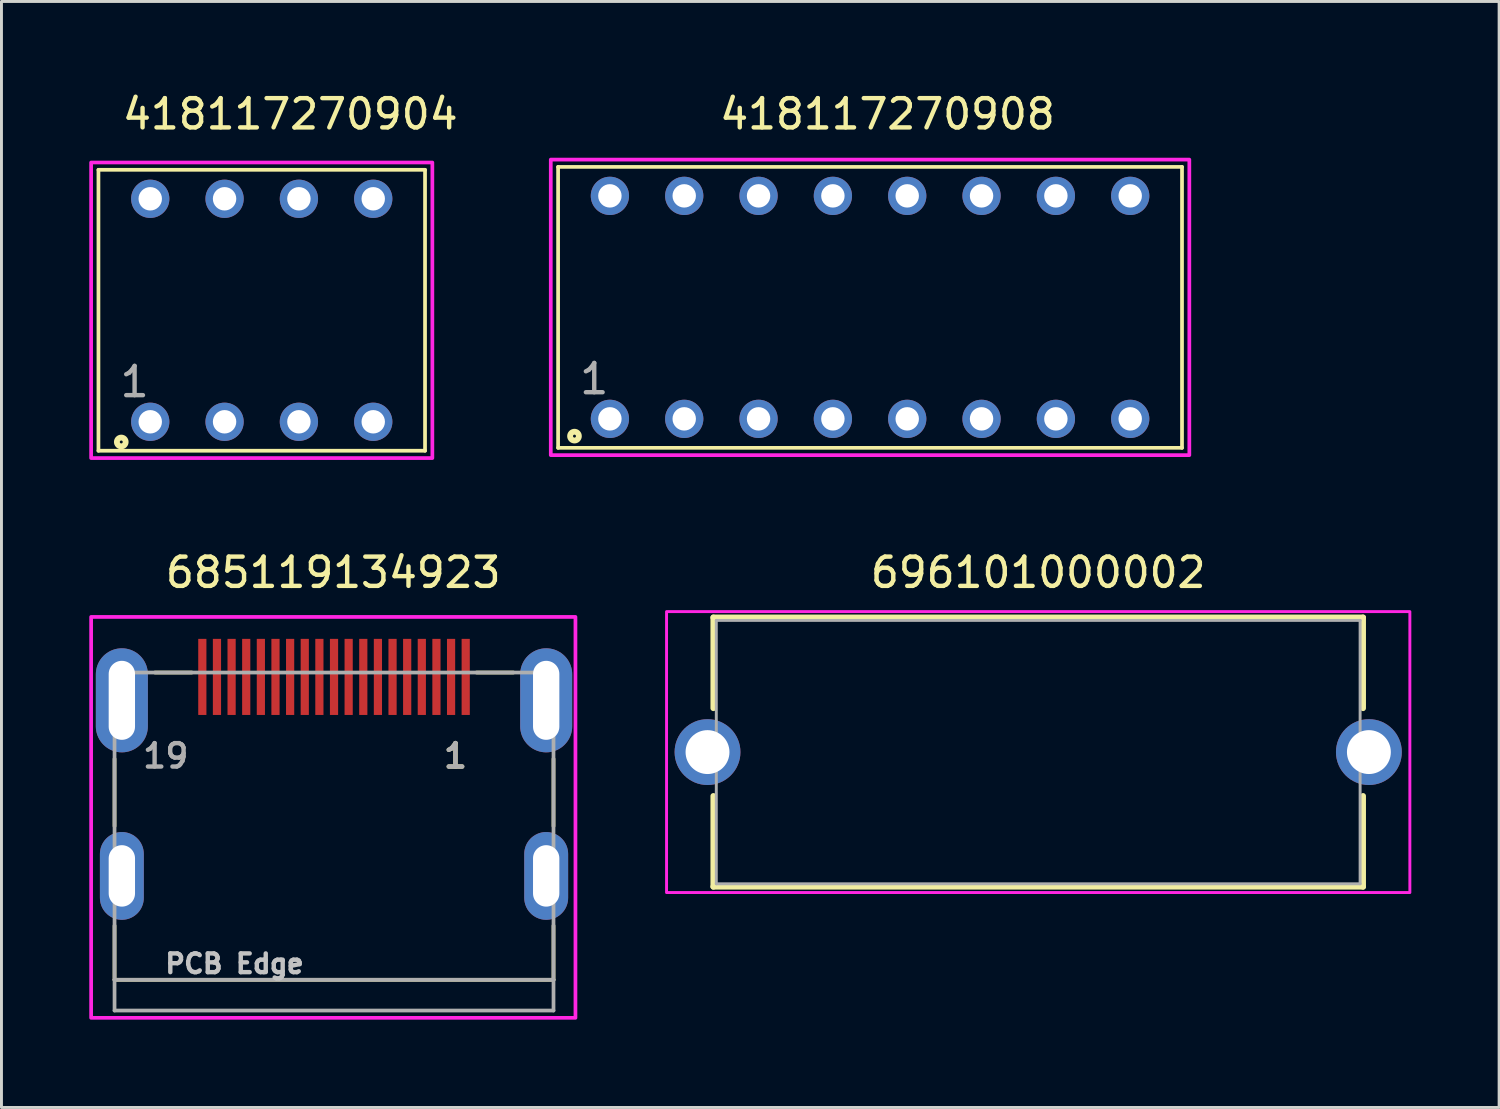
<source format=kicad_pcb>
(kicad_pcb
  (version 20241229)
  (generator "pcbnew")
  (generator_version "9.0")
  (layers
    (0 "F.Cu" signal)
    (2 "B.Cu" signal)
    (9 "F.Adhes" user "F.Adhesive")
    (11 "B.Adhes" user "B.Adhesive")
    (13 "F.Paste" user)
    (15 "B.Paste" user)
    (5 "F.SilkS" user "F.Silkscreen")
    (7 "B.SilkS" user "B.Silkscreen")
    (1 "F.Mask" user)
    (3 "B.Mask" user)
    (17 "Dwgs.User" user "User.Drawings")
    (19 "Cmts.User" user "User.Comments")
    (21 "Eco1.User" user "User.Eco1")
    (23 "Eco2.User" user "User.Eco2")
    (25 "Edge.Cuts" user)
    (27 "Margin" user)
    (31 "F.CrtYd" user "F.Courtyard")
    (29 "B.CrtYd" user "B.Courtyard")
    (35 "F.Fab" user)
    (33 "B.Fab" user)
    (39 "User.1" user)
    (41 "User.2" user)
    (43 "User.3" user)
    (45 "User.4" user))
  (footprint "418117270904"
    (layer "F.Cu")
    (at 5.894 7.553)
    (property "Reference" "418117270904" (at 0.975 -6.705 0) (layer "F.SilkS") (effects (font (size 1 1) (thickness 0.15))))
    (attr through_hole)
    (fp_line (start -5.58 -4.8) (end 5.58 -4.8) (stroke (width 0.127) (type solid)) (layer "F.SilkS"))
    (fp_line (start -5.58 4.8) (end -5.58 -4.8) (stroke (width 0.127) (type solid)) (layer "F.SilkS"))
    (fp_line (start 5.58 -4.8) (end 5.58 4.8) (stroke (width 0.127) (type solid)) (layer "F.SilkS"))
    (fp_line (start 5.58 4.8) (end -5.58 4.8) (stroke (width 0.127) (type solid)) (layer "F.SilkS"))
    (fp_circle (center -4.8 4.5) (end -4.75 4.5) (stroke (width 0.2) (type solid)) (fill no) (layer "F.SilkS"))
    (fp_poly (pts (xy -5.83 -5.05) (xy 5.83 -5.05) (xy 5.83 5.05) (xy -5.83 5.05)) (stroke (width 0.127) (type solid)) (fill no) (layer "F.CrtYd"))
    (fp_text user "1" (at -4.345 2.445 0) (layer "F.Fab") (effects (font (size 1 1) (thickness 0.15))))
    (pad "1" thru_hole circle (at -3.81 3.81) (size 1.308 1.308) (drill 0.8) (layers "*.Cu" "*.Mask"))
    (pad "2" thru_hole circle (at -1.27 3.81) (size 1.308 1.308) (drill 0.8) (layers "*.Cu" "*.Mask"))
    (pad "3" thru_hole circle (at 1.27 3.81) (size 1.308 1.308) (drill 0.8) (layers "*.Cu" "*.Mask"))
    (pad "4" thru_hole circle (at 3.81 3.81) (size 1.308 1.308) (drill 0.8) (layers "*.Cu" "*.Mask"))
    (pad "A1" thru_hole circle (at -3.81 -3.81) (size 1.308 1.308) (drill 0.8) (layers "*.Cu" "*.Mask"))
    (pad "A2" thru_hole circle (at -1.27 -3.81) (size 1.308 1.308) (drill 0.8) (layers "*.Cu" "*.Mask"))
    (pad "A3" thru_hole circle (at 1.27 -3.81) (size 1.308 1.308) (drill 0.8) (layers "*.Cu" "*.Mask"))
    (pad "A4" thru_hole circle (at 3.81 -3.81) (size 1.308 1.308) (drill 0.8) (layers "*.Cu" "*.Mask")))
  (footprint "418117270908"
    (layer "F.Cu")
    (at 26.681 7.453)
    (property "Reference" "418117270908" (at 0.595 -6.605 0) (layer "F.SilkS") (effects (font (size 1 1) (thickness 0.15))))
    (attr through_hole)
    (fp_line (start -10.66 -4.8) (end 10.66 -4.8) (stroke (width 0.127) (type solid)) (layer "F.SilkS"))
    (fp_line (start -10.66 4.8) (end -10.66 -4.8) (stroke (width 0.127) (type solid)) (layer "F.SilkS"))
    (fp_line (start 10.66 -4.8) (end 10.66 4.8) (stroke (width 0.127) (type solid)) (layer "F.SilkS"))
    (fp_line (start 10.66 4.8) (end -10.66 4.8) (stroke (width 0.127) (type solid)) (layer "F.SilkS"))
    (fp_circle (center -10.1 4.4) (end -10.05 4.4) (stroke (width 0.2) (type solid)) (fill no) (layer "F.SilkS"))
    (fp_poly (pts (xy -10.91 -5.05) (xy 10.91 -5.05) (xy 10.91 5.05) (xy -10.91 5.05)) (stroke (width 0.127) (type solid)) (fill no) (layer "F.CrtYd"))
    (fp_text user "1" (at -9.425 2.445 0) (layer "F.Fab") (effects (font (size 1 1) (thickness 0.15))))
    (pad "1" thru_hole circle (at -8.89 3.81) (size 1.308 1.308) (drill 0.8) (layers "*.Cu" "*.Mask"))
    (pad "2" thru_hole circle (at -6.35 3.81) (size 1.308 1.308) (drill 0.8) (layers "*.Cu" "*.Mask"))
    (pad "3" thru_hole circle (at -3.81 3.81) (size 1.308 1.308) (drill 0.8) (layers "*.Cu" "*.Mask"))
    (pad "4" thru_hole circle (at -1.27 3.81) (size 1.308 1.308) (drill 0.8) (layers "*.Cu" "*.Mask"))
    (pad "5" thru_hole circle (at 1.27 3.81) (size 1.308 1.308) (drill 0.8) (layers "*.Cu" "*.Mask"))
    (pad "6" thru_hole circle (at 3.81 3.81) (size 1.308 1.308) (drill 0.8) (layers "*.Cu" "*.Mask"))
    (pad "7" thru_hole circle (at 6.35 3.81) (size 1.308 1.308) (drill 0.8) (layers "*.Cu" "*.Mask"))
    (pad "8" thru_hole circle (at 8.89 3.81) (size 1.308 1.308) (drill 0.8) (layers "*.Cu" "*.Mask"))
    (pad "A1" thru_hole circle (at -8.89 -3.81) (size 1.308 1.308) (drill 0.8) (layers "*.Cu" "*.Mask"))
    (pad "A2" thru_hole circle (at -6.35 -3.81) (size 1.308 1.308) (drill 0.8) (layers "*.Cu" "*.Mask"))
    (pad "A3" thru_hole circle (at -3.81 -3.81) (size 1.308 1.308) (drill 0.8) (layers "*.Cu" "*.Mask"))
    (pad "A4" thru_hole circle (at -1.27 -3.81) (size 1.308 1.308) (drill 0.8) (layers "*.Cu" "*.Mask"))
    (pad "A5" thru_hole circle (at 1.27 -3.81) (size 1.308 1.308) (drill 0.8) (layers "*.Cu" "*.Mask"))
    (pad "A6" thru_hole circle (at 3.81 -3.81) (size 1.308 1.308) (drill 0.8) (layers "*.Cu" "*.Mask"))
    (pad "A7" thru_hole circle (at 6.35 -3.81) (size 1.308 1.308) (drill 0.8) (layers "*.Cu" "*.Mask"))
    (pad "A8" thru_hole circle (at 8.89 -3.81) (size 1.308 1.308) (drill 0.8) (layers "*.Cu" "*.Mask")))
  (footprint "696101000002"
    (layer "F.Cu")
    (at 32.427 22.65)
    (property "Reference" "696101000002" (at 0 -6.135 0) (layer "F.SilkS") (effects (font (size 1 1) (thickness 0.15))))
    (attr through_hole)
    (fp_line (start -11.1 -4.6) (end 11.1 -4.6) (stroke (width 0.2) (type solid)) (layer "F.SilkS"))
    (fp_line (start -11.1 -1.5) (end -11.1 -4.6) (stroke (width 0.2) (type solid)) (layer "F.SilkS"))
    (fp_line (start -11.1 4.6) (end -11.1 1.5) (stroke (width 0.2) (type solid)) (layer "F.SilkS"))
    (fp_line (start 11.1 -4.6) (end 11.1 -1.5) (stroke (width 0.2) (type solid)) (layer "F.SilkS"))
    (fp_line (start 11.1 1.5) (end 11.1 4.6) (stroke (width 0.2) (type solid)) (layer "F.SilkS"))
    (fp_line (start 11.1 4.6) (end -11.1 4.6) (stroke (width 0.2) (type solid)) (layer "F.SilkS"))
    (fp_poly (pts (xy 12.7 -4.8) (xy 12.7 4.8) (xy -12.7 4.8) (xy -12.7 -4.8)) (stroke (width 0.1) (type solid)) (fill no) (layer "F.CrtYd"))
    (fp_line (start -11 -4.5) (end 11 -4.5) (stroke (width 0.1) (type solid)) (layer "F.Fab"))
    (fp_line (start -11 4.5) (end -11 -4.5) (stroke (width 0.1) (type solid)) (layer "F.Fab"))
    (fp_line (start 11 -4.5) (end 11 4.5) (stroke (width 0.1) (type solid)) (layer "F.Fab"))
    (fp_line (start 11 4.5) (end -11 4.5) (stroke (width 0.1) (type solid)) (layer "F.Fab"))
    (pad "1" thru_hole circle (at -11.3 0) (size 2.25 2.25) (drill 1.5) (layers "*.Cu" "*.Mask"))
    (pad "2" thru_hole circle (at 11.3 0) (size 2.25 2.25) (drill 1.5) (layers "*.Cu" "*.Mask")))
  (footprint "685119134923"
    (layer "F.Cu")
    (at 8.364 20.081)
    (property "Reference" "685119134923" (at -0.027 -3.566 0) (layer "F.SilkS") (effects (font (size 1 1) (thickness 0.15))))
    (attr through_hole)
    (fp_line (start -7.5 2.8) (end -7.5 5.1) (stroke (width 0.127) (type solid)) (layer "F.SilkS"))
    (fp_line (start -7.5 8.5) (end -7.5 10.35) (stroke (width 0.127) (type solid)) (layer "F.SilkS"))
    (fp_line (start -7.5 10.35) (end 7.5 10.35) (stroke (width 0.127) (type solid)) (layer "F.SilkS"))
    (fp_line (start -6.12 -0.15) (end -4.86 -0.15) (stroke (width 0.127) (type solid)) (layer "F.SilkS"))
    (fp_line (start 4.87 -0.15) (end 6.13 -0.15) (stroke (width 0.127) (type solid)) (layer "F.SilkS"))
    (fp_line (start 7.5 2.8) (end 7.5 5.1) (stroke (width 0.127) (type solid)) (layer "F.SilkS"))
    (fp_line (start 7.5 10.35) (end 7.5 8.5) (stroke (width 0.127) (type solid)) (layer "F.SilkS"))
    (fp_poly (pts (xy -8.3 -2.05) (xy 8.25 -2.05) (xy 8.25 11.65) (xy -8.3 11.65)) (stroke (width 0.127) (type solid)) (fill no) (layer "F.CrtYd"))
    (fp_line (start -7.5 -0.15) (end 7.5 -0.15) (stroke (width 0.127) (type solid)) (layer "F.Fab"))
    (fp_line (start -7.5 10.35) (end -7.5 -0.15) (stroke (width 0.127) (type solid)) (layer "F.Fab"))
    (fp_line (start -7.5 10.35) (end -7.5 11.4) (stroke (width 0.127) (type solid)) (layer "F.Fab"))
    (fp_line (start -7.5 11.4) (end 7.5 11.4) (stroke (width 0.127) (type solid)) (layer "F.Fab"))
    (fp_line (start 7.5 -0.15) (end 7.5 10.35) (stroke (width 0.127) (type solid)) (layer "F.Fab"))
    (fp_line (start 7.5 10.35) (end -7.5 10.35) (stroke (width 0.127) (type solid)) (layer "F.Fab"))
    (fp_line (start 7.5 11.4) (end 7.5 10.35) (stroke (width 0.127) (type solid)) (layer "F.Fab"))
    (fp_text user "1" (at 4.15 2.7 0) (layer "F.SilkS") (effects (font (size 0.8 0.8) (thickness 0.15))))
    (fp_text user "PCB Edge" (at -3.4 9.8 0) (layer "Dwgs.User") (effects (font (size 0.64 0.64) (thickness 0.15))))
    (fp_text user "1" (at 4.15 2.7 0) (layer "F.Fab") (effects (font (size 0.8 0.8) (thickness 0.15))))
    (fp_text user "19" (at -5.75 2.7 0) (layer "F.Fab") (effects (font (size 0.8 0.8) (thickness 0.15))))
    (pad "1" smd rect (at 4.5 0 180) (size 0.28 2.6) (layers "F.Cu" "F.Mask" "F.Paste"))
    (pad "2" smd rect (at 4 0 180) (size 0.28 2.6) (layers "F.Cu" "F.Mask" "F.Paste"))
    (pad "3" smd rect (at 3.5 0 180) (size 0.28 2.6) (layers "F.Cu" "F.Mask" "F.Paste"))
    (pad "4" smd rect (at 3 0 180) (size 0.28 2.6) (layers "F.Cu" "F.Mask" "F.Paste"))
    (pad "5" smd rect (at 2.5 0 180) (size 0.28 2.6) (layers "F.Cu" "F.Mask" "F.Paste"))
    (pad "6" smd rect (at 2 0 180) (size 0.28 2.6) (layers "F.Cu" "F.Mask" "F.Paste"))
    (pad "7" smd rect (at 1.5 0 180) (size 0.28 2.6) (layers "F.Cu" "F.Mask" "F.Paste"))
    (pad "8" smd rect (at 1 0 180) (size 0.28 2.6) (layers "F.Cu" "F.Mask" "F.Paste"))
    (pad "9" smd rect (at 0.5 0 180) (size 0.28 2.6) (layers "F.Cu" "F.Mask" "F.Paste"))
    (pad "10" smd rect (at 0 0 180) (size 0.28 2.6) (layers "F.Cu" "F.Mask" "F.Paste"))
    (pad "11" smd rect (at -0.5 0 180) (size 0.28 2.6) (layers "F.Cu" "F.Mask" "F.Paste"))
    (pad "12" smd rect (at -1 0 180) (size 0.28 2.6) (layers "F.Cu" "F.Mask" "F.Paste"))
    (pad "13" smd rect (at -1.5 0 180) (size 0.28 2.6) (layers "F.Cu" "F.Mask" "F.Paste"))
    (pad "14" smd rect (at -2 0 180) (size 0.28 2.6) (layers "F.Cu" "F.Mask" "F.Paste"))
    (pad "15" smd rect (at -2.5 0 180) (size 0.28 2.6) (layers "F.Cu" "F.Mask" "F.Paste"))
    (pad "16" smd rect (at -3 0 180) (size 0.28 2.6) (layers "F.Cu" "F.Mask" "F.Paste"))
    (pad "17" smd rect (at -3.5 0 180) (size 0.28 2.6) (layers "F.Cu" "F.Mask" "F.Paste"))
    (pad "18" smd rect (at -4 0 180) (size 0.28 2.6) (layers "F.Cu" "F.Mask" "F.Paste"))
    (pad "19" smd rect (at -4.5 0 180) (size 0.28 2.6) (layers "F.Cu" "F.Mask" "F.Paste"))
    (pad "SHELL" thru_hole oval (at -7.25 0.8) (size 1.778 3.556) (drill oval 0.9 2.7) (layers "*.Cu" "*.Mask"))
    (pad "SHELL1" thru_hole oval (at 7.25 0.8) (size 1.778 3.556) (drill oval 0.9 2.7) (layers "*.Cu" "*.Mask"))
    (pad "SHELL2" thru_hole oval (at -7.25 6.8) (size 1.5 3) (drill oval 0.9 2.1) (layers "*.Cu" "*.Mask"))
    (pad "SHELL3" thru_hole oval (at 7.25 6.8) (size 1.5 3) (drill oval 0.9 2.1) (layers "*.Cu" "*.Mask")))
  (gr_rect
    (start -3 -3)
    (end 48.177 34.794)
    (stroke (width 0.1) (type default))
    (fill no)
    (layer "Edge.Cuts")))
</source>
